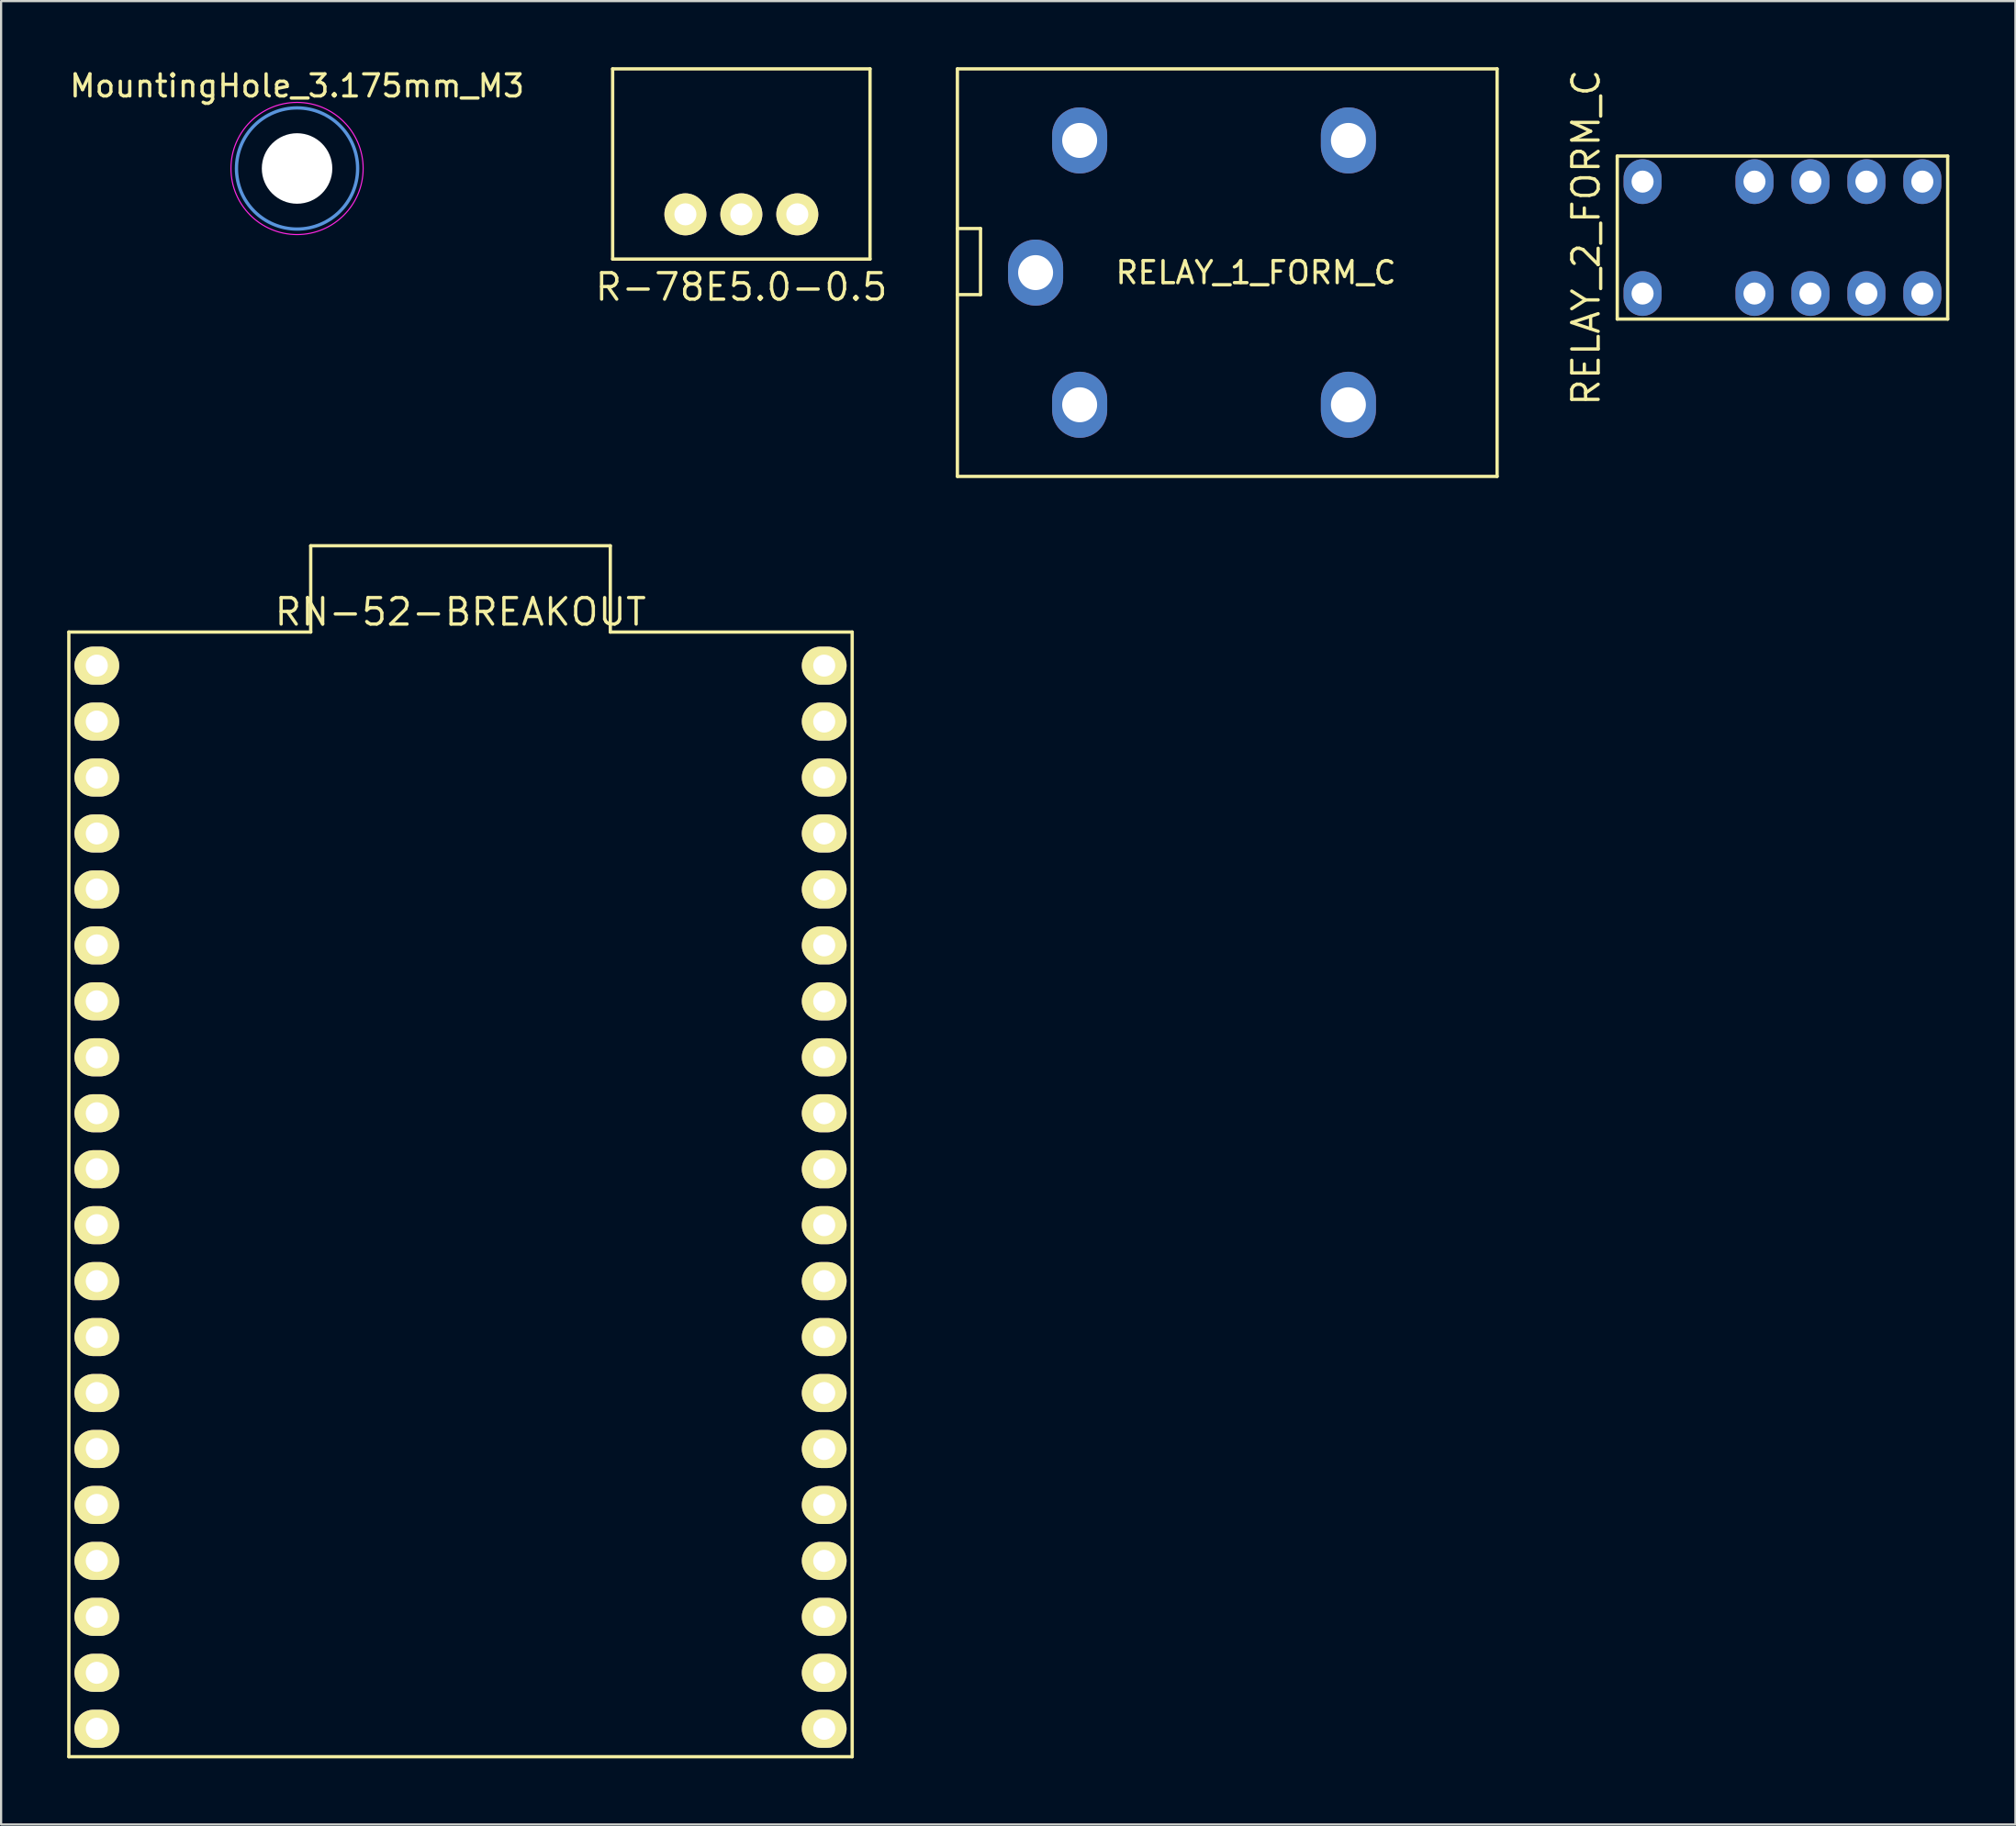
<source format=kicad_pcb>
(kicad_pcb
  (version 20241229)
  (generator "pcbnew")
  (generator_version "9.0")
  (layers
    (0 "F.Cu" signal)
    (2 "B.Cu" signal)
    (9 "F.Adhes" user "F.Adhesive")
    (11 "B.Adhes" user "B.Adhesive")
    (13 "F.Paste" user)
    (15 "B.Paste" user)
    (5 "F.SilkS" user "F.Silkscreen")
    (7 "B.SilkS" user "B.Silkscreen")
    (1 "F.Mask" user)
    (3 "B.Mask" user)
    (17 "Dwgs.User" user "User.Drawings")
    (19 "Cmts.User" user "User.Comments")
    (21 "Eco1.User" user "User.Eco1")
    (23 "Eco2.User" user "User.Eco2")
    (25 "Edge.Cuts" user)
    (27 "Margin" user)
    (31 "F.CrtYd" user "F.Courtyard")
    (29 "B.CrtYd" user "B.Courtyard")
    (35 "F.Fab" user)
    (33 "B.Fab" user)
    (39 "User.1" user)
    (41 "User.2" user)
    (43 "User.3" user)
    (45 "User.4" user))
  (footprint "MountingHole_3.175mm_M3"
    (layer "F.Cu")
    (at 10.435 4.598)
    (property "Reference" "MountingHole_3.175mm_M3" (at 0 -3.75 0) (layer "F.SilkS") (effects (font (size 1 1) (thickness 0.15))))
    (attr through_hole)
    (fp_circle (center 0 0) (end 2.75 0) (stroke (width 0.15) (type solid)) (fill no) (layer "Cmts.User"))
    (fp_circle (center 0 0) (end 3 0) (stroke (width 0.05) (type solid)) (fill no) (layer "F.CrtYd"))
    (pad "" np_thru_hole circle (at 0 0) (size 3.2 3.2) (drill 3.2) (layers "*.Cu" "*.Mask")))
  (footprint "RN-52-BREAKOUT"
    (layer "F.Cu")
    (at 1.345 75.425)
    (property "Reference" "RN-52-BREAKOUT" (at 16.51 -50.695 0) (layer "F.SilkS") (effects (font (size 1.2 1.2) (thickness 0.15))))
    (attr through_hole)
    (fp_line (start -1.27 -49.784) (end -1.27 1.27) (stroke (width 0.15) (type solid)) (layer "F.SilkS"))
    (fp_line (start -1.27 1.27) (end 34.29 1.27) (stroke (width 0.15) (type solid)) (layer "F.SilkS"))
    (fp_line (start 9.71 -49.784) (end -1.27 -49.784) (stroke (width 0.15) (type solid)) (layer "F.SilkS"))
    (fp_line (start 9.71 -49.784) (end 9.71 -53.7) (stroke (width 0.15) (type solid)) (layer "F.SilkS"))
    (fp_line (start 23.31 -53.7) (end 9.71 -53.7) (stroke (width 0.15) (type solid)) (layer "F.SilkS"))
    (fp_line (start 23.31 -53.7) (end 23.31 -49.784) (stroke (width 0.15) (type solid)) (layer "F.SilkS"))
    (fp_line (start 34.29 -49.784) (end 23.31 -49.784) (stroke (width 0.15) (type solid)) (layer "F.SilkS"))
    (fp_line (start 34.29 1.27) (end 34.29 -49.784) (stroke (width 0.15) (type solid)) (layer "F.SilkS"))
    (pad "1" thru_hole oval (at 0 -48.26 270) (size 1.727 2.032) (drill 1) (layers "*.Cu" "*.Mask" "F.SilkS"))
    (pad "2" thru_hole oval (at 0 -45.72 270) (size 1.727 2.032) (drill 1) (layers "*.Cu" "*.Mask" "F.SilkS"))
    (pad "3" thru_hole oval (at 0 -43.18 270) (size 1.727 2.032) (drill 1) (layers "*.Cu" "*.Mask" "F.SilkS"))
    (pad "4" thru_hole oval (at 0 -40.64 270) (size 1.727 2.032) (drill 1) (layers "*.Cu" "*.Mask" "F.SilkS"))
    (pad "5" thru_hole oval (at 0 -38.1 270) (size 1.727 2.032) (drill 1) (layers "*.Cu" "*.Mask" "F.SilkS"))
    (pad "6" thru_hole oval (at 0 -35.56 270) (size 1.727 2.032) (drill 1) (layers "*.Cu" "*.Mask" "F.SilkS"))
    (pad "7" thru_hole oval (at 0 -33.02 270) (size 1.727 2.032) (drill 1) (layers "*.Cu" "*.Mask" "F.SilkS"))
    (pad "8" thru_hole oval (at 0 -30.48 270) (size 1.727 2.032) (drill 1) (layers "*.Cu" "*.Mask" "F.SilkS"))
    (pad "9" thru_hole oval (at 0 -27.94 270) (size 1.727 2.032) (drill 1) (layers "*.Cu" "*.Mask" "F.SilkS"))
    (pad "10" thru_hole oval (at 0 -25.4 270) (size 1.727 2.032) (drill 1) (layers "*.Cu" "*.Mask" "F.SilkS"))
    (pad "11" thru_hole oval (at 0 -22.86 270) (size 1.727 2.032) (drill 1) (layers "*.Cu" "*.Mask" "F.SilkS"))
    (pad "12" thru_hole oval (at 0 -20.32 270) (size 1.727 2.032) (drill 1) (layers "*.Cu" "*.Mask" "F.SilkS"))
    (pad "13" thru_hole oval (at 0 -17.78 270) (size 1.727 2.032) (drill 1) (layers "*.Cu" "*.Mask" "F.SilkS"))
    (pad "14" thru_hole oval (at 0 -15.24 270) (size 1.727 2.032) (drill 1) (layers "*.Cu" "*.Mask" "F.SilkS"))
    (pad "15" thru_hole oval (at 0 -12.7 270) (size 1.727 2.032) (drill 1) (layers "*.Cu" "*.Mask" "F.SilkS"))
    (pad "16" thru_hole oval (at 0 -10.16 270) (size 1.727 2.032) (drill 1) (layers "*.Cu" "*.Mask" "F.SilkS"))
    (pad "17" thru_hole oval (at 0 -7.62 270) (size 1.727 2.032) (drill 1) (layers "*.Cu" "*.Mask" "F.SilkS"))
    (pad "18" thru_hole oval (at 0 -5.08 270) (size 1.727 2.032) (drill 1) (layers "*.Cu" "*.Mask" "F.SilkS"))
    (pad "19" thru_hole oval (at 0 -2.54 270) (size 1.727 2.032) (drill 1) (layers "*.Cu" "*.Mask" "F.SilkS"))
    (pad "20" thru_hole oval (at 0 0 270) (size 1.727 2.032) (drill 1) (layers "*.Cu" "*.Mask" "F.SilkS"))
    (pad "21" thru_hole oval (at 33.02 0 270) (size 1.727 2.032) (drill 1) (layers "*.Cu" "*.Mask" "F.SilkS"))
    (pad "22" thru_hole oval (at 33.02 -2.54 270) (size 1.727 2.032) (drill 1) (layers "*.Cu" "*.Mask" "F.SilkS"))
    (pad "23" thru_hole oval (at 33.02 -5.08 270) (size 1.727 2.032) (drill 1) (layers "*.Cu" "*.Mask" "F.SilkS"))
    (pad "24" thru_hole oval (at 33.02 -7.62 270) (size 1.727 2.032) (drill 1) (layers "*.Cu" "*.Mask" "F.SilkS"))
    (pad "25" thru_hole oval (at 33.02 -10.16 270) (size 1.727 2.032) (drill 1) (layers "*.Cu" "*.Mask" "F.SilkS"))
    (pad "26" thru_hole oval (at 33.02 -12.7 270) (size 1.727 2.032) (drill 1) (layers "*.Cu" "*.Mask" "F.SilkS"))
    (pad "27" thru_hole oval (at 33.02 -15.24 270) (size 1.727 2.032) (drill 1) (layers "*.Cu" "*.Mask" "F.SilkS"))
    (pad "28" thru_hole oval (at 33.02 -17.78 270) (size 1.727 2.032) (drill 1) (layers "*.Cu" "*.Mask" "F.SilkS"))
    (pad "29" thru_hole oval (at 33.02 -20.32 270) (size 1.727 2.032) (drill 1) (layers "*.Cu" "*.Mask" "F.SilkS"))
    (pad "30" thru_hole oval (at 33.02 -22.86 270) (size 1.727 2.032) (drill 1) (layers "*.Cu" "*.Mask" "F.SilkS"))
    (pad "31" thru_hole oval (at 33.02 -25.4 270) (size 1.727 2.032) (drill 1) (layers "*.Cu" "*.Mask" "F.SilkS"))
    (pad "32" thru_hole oval (at 33.02 -27.94 270) (size 1.727 2.032) (drill 1) (layers "*.Cu" "*.Mask" "F.SilkS"))
    (pad "33" thru_hole oval (at 33.02 -30.48 270) (size 1.727 2.032) (drill 1) (layers "*.Cu" "*.Mask" "F.SilkS"))
    (pad "34" thru_hole oval (at 33.02 -33.02 270) (size 1.727 2.032) (drill 1) (layers "*.Cu" "*.Mask" "F.SilkS"))
    (pad "35" thru_hole oval (at 33.02 -35.56 270) (size 1.727 2.032) (drill 1) (layers "*.Cu" "*.Mask" "F.SilkS"))
    (pad "36" thru_hole oval (at 33.02 -38.1 270) (size 1.727 2.032) (drill 1) (layers "*.Cu" "*.Mask" "F.SilkS"))
    (pad "37" thru_hole oval (at 33.02 -40.64 270) (size 1.727 2.032) (drill 1) (layers "*.Cu" "*.Mask" "F.SilkS"))
    (pad "38" thru_hole oval (at 33.02 -43.18 270) (size 1.727 2.032) (drill 1) (layers "*.Cu" "*.Mask" "F.SilkS"))
    (pad "39" thru_hole oval (at 33.02 -45.72 270) (size 1.727 2.032) (drill 1) (layers "*.Cu" "*.Mask" "F.SilkS"))
    (pad "40" thru_hole oval (at 33.02 -48.26 270) (size 1.727 2.032) (drill 1) (layers "*.Cu" "*.Mask" "F.SilkS")))
  (footprint "RELAY_2_FORM_C"
    (layer "F.Cu")
    (at 71.515 10.274)
    (property "Reference" "RELAY_2_FORM_C" (at -2.564 -2.54 90) (layer "F.SilkS") (effects (font (size 1.2 1.2) (thickness 0.15))))
    (attr through_hole)
    (fp_line (start -1.15 -6.24) (end -1.15 1.16) (stroke (width 0.15) (type solid)) (layer "F.SilkS"))
    (fp_line (start -1.15 -6.24) (end 13.85 -6.24) (stroke (width 0.15) (type solid)) (layer "F.SilkS"))
    (fp_line (start -1.15 1.16) (end 13.85 1.16) (stroke (width 0.15) (type solid)) (layer "F.SilkS"))
    (fp_line (start 13.85 -6.24) (end 13.85 1.16) (stroke (width 0.15) (type solid)) (layer "F.SilkS"))
    (pad "1" thru_hole oval (at 0 0) (size 1.727 2.032) (drill 1) (layers "*.Cu" "*.Mask"))
    (pad "3" thru_hole oval (at 5.08 0) (size 1.727 2.032) (drill 1) (layers "*.Cu" "*.Mask"))
    (pad "4" thru_hole oval (at 7.62 0) (size 1.727 2.032) (drill 1) (layers "*.Cu" "*.Mask"))
    (pad "5" thru_hole oval (at 10.16 0) (size 1.727 2.032) (drill 1) (layers "*.Cu" "*.Mask"))
    (pad "6" thru_hole oval (at 12.7 0) (size 1.727 2.032) (drill 1) (layers "*.Cu" "*.Mask"))
    (pad "7" thru_hole oval (at 12.7 -5.08) (size 1.727 2.032) (drill 1) (layers "*.Cu" "*.Mask"))
    (pad "8" thru_hole oval (at 10.16 -5.08) (size 1.727 2.032) (drill 1) (layers "*.Cu" "*.Mask"))
    (pad "9" thru_hole oval (at 7.62 -5.08) (size 1.727 2.032) (drill 1) (layers "*.Cu" "*.Mask"))
    (pad "10" thru_hole oval (at 5.08 -5.08) (size 1.727 2.032) (drill 1) (layers "*.Cu" "*.Mask"))
    (pad "12" thru_hole oval (at 0 -5.08) (size 1.727 2.032) (drill 1) (layers "*.Cu" "*.Mask")))
  (footprint "RELAY_1_FORM_C"
    (layer "F.Cu")
    (at 43.961 9.325)
    (property "Reference" "RELAY_1_FORM_C" (at 10 0 0) (layer "F.SilkS") (effects (font (size 1 1) (thickness 0.15))))
    (attr through_hole)
    (fp_line (start -3.55 -9.25) (end 20.95 -9.25) (stroke (width 0.15) (type solid)) (layer "F.SilkS"))
    (fp_line (start -3.55 -2) (end -2.5 -2) (stroke (width 0.15) (type solid)) (layer "F.SilkS"))
    (fp_line (start -3.55 9.25) (end -3.55 -9.25) (stroke (width 0.15) (type solid)) (layer "F.SilkS"))
    (fp_line (start -3.55 9.25) (end 20.95 9.25) (stroke (width 0.15) (type solid)) (layer "F.SilkS"))
    (fp_line (start -2.5 -2) (end -2.5 1) (stroke (width 0.15) (type solid)) (layer "F.SilkS"))
    (fp_line (start -2.5 1) (end -3.55 1) (stroke (width 0.15) (type solid)) (layer "F.SilkS"))
    (fp_line (start 20.95 9.25) (end 20.95 -9.25) (stroke (width 0.15) (type solid)) (layer "F.SilkS"))
    (pad "1" thru_hole oval (at 0 0) (size 2.5 3) (drill 1.587) (layers "*.Cu" "*.Mask"))
    (pad "2" thru_hole oval (at 2 -6) (size 2.5 3) (drill 1.587) (layers "*.Cu" "*.Mask"))
    (pad "3" thru_hole oval (at 14.2 -6) (size 2.5 3) (drill 1.587) (layers "*.Cu" "*.Mask"))
    (pad "4" thru_hole oval (at 14.2 6) (size 2.5 3) (drill 1.587) (layers "*.Cu" "*.Mask"))
    (pad "5" thru_hole oval (at 2 6) (size 2.5 3) (drill 1.587) (layers "*.Cu" "*.Mask")))
  (footprint "R-78E5.0-0.5"
    (layer "F.Cu")
    (at 30.603 8.711)
    (property "Reference" "R-78E5.0-0.5" (at 0 1.27 0) (layer "F.SilkS") (effects (font (size 1.2 1.2) (thickness 0.15))))
    (attr through_hole)
    (fp_line (start -5.842 -8.636) (end 5.842 -8.636) (stroke (width 0.15) (type solid)) (layer "F.SilkS"))
    (fp_line (start -5.842 0) (end -5.842 -8.636) (stroke (width 0.15) (type solid)) (layer "F.SilkS"))
    (fp_line (start 5.842 -8.636) (end 5.842 0) (stroke (width 0.15) (type solid)) (layer "F.SilkS"))
    (fp_line (start 5.842 0) (end -5.842 0) (stroke (width 0.15) (type solid)) (layer "F.SilkS"))
    (pad "1" thru_hole circle (at -2.54 -2.032) (size 1.905 1.905) (drill 1) (layers "*.Cu" "*.Mask" "F.SilkS"))
    (pad "2" thru_hole circle (at 0 -2.032) (size 1.905 1.905) (drill 1) (layers "*.Cu" "*.Mask" "F.SilkS"))
    (pad "3" thru_hole circle (at 2.54 -2.032) (size 1.905 1.905) (drill 1) (layers "*.Cu" "*.Mask" "F.SilkS")))
  (gr_rect
    (start -3 -3)
    (end 88.44 79.77)
    (stroke (width 0.1) (type default))
    (fill no)
    (layer "Edge.Cuts")))
</source>
